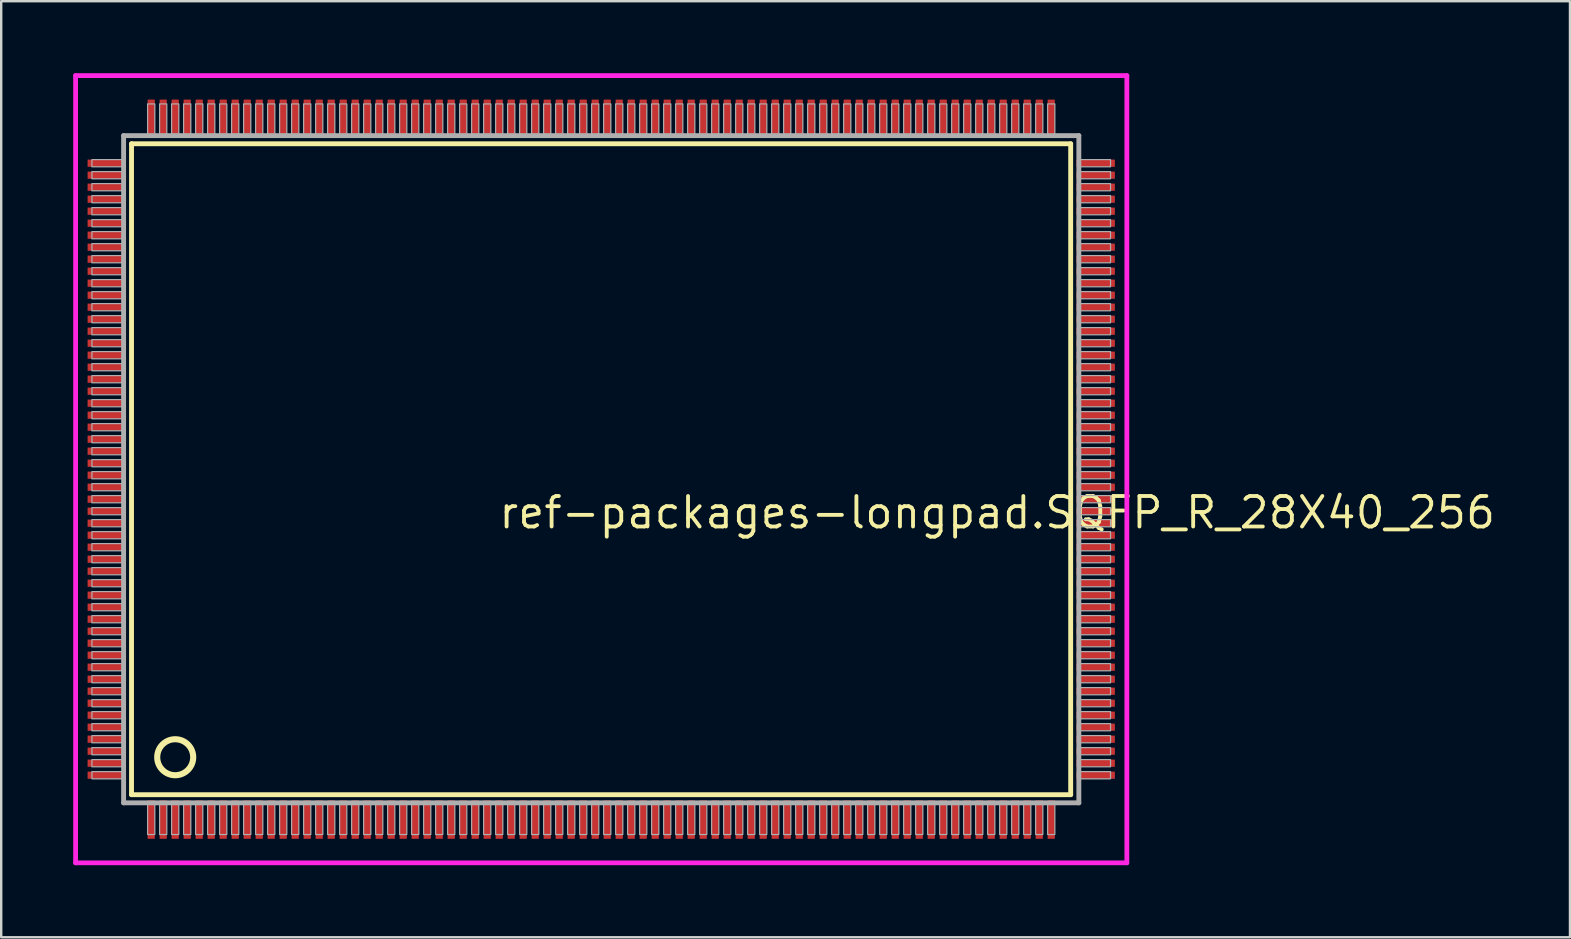
<source format=kicad_pcb>
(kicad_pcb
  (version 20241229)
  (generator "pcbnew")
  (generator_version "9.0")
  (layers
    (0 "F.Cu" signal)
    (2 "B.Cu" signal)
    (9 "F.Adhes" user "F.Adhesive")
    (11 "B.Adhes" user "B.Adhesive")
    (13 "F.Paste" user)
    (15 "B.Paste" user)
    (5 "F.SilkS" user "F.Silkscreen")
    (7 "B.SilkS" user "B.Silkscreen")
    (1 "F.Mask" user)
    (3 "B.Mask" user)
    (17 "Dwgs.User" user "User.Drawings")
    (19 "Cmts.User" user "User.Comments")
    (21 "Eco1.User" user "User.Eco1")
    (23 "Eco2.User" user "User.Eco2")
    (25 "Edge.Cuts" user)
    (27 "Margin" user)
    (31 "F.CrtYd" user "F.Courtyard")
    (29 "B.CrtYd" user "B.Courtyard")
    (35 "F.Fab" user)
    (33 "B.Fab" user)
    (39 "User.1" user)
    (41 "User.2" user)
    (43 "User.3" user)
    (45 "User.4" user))
  (footprint "ref-packages-longpad.SQFP_R_28X40_256"
    (layer "F.Cu")
    (at 22 16.5)
    (property "Reference" "ref-packages-longpad.SQFP_R_28X40_256" (at -4.35 2.55 0) (layer "F.SilkS") (effects (font (size 1.27 1.27) (thickness 0.16)) (justify left bottom)))
    (attr smd)
    (fp_line (start -19.57 -13.56) (end 19.56 -13.56) (stroke (width 0.203) (type default)) (layer "F.SilkS"))
    (fp_line (start -19.57 13.56) (end -19.57 -13.56) (stroke (width 0.203) (type default)) (layer "F.SilkS"))
    (fp_line (start 19.56 -13.56) (end 19.56 13.56) (stroke (width 0.203) (type default)) (layer "F.SilkS"))
    (fp_line (start 19.56 13.56) (end -19.57 13.56) (stroke (width 0.203) (type default)) (layer "F.SilkS"))
    (fp_circle (center -17.75 12) (end -17 12) (stroke (width 0.254) (type default)) (fill no) (layer "F.SilkS"))
    (fp_line (start -21.9 -16.4) (end 21.9 -16.4) (stroke (width 0.2) (type default)) (layer "F.CrtYd"))
    (fp_line (start -21.9 16.4) (end -21.9 -16.4) (stroke (width 0.2) (type default)) (layer "F.CrtYd"))
    (fp_line (start 21.9 -16.4) (end 21.9 16.4) (stroke (width 0.2) (type default)) (layer "F.CrtYd"))
    (fp_line (start 21.9 16.4) (end -21.9 16.4) (stroke (width 0.2) (type default)) (layer "F.CrtYd"))
    (fp_line (start -19.9 -13.9) (end -19.9 13.9) (stroke (width 0.203) (type default)) (layer "F.Fab"))
    (fp_line (start -19.9 13.9) (end 19.9 13.9) (stroke (width 0.203) (type default)) (layer "F.Fab"))
    (fp_line (start 19.9 -13.9) (end -19.9 -13.9) (stroke (width 0.203) (type default)) (layer "F.Fab"))
    (fp_line (start 19.9 13.9) (end 19.9 -13.9) (stroke (width 0.203) (type default)) (layer "F.Fab"))
    (fp_rect (start -21.22 -12.6) (end -19.95 -12.9) (stroke (width 0.05) (type default)) (fill no) (layer "F.Fab"))
    (fp_rect (start -21.22 -12.1) (end -19.95 -12.4) (stroke (width 0.05) (type default)) (fill no) (layer "F.Fab"))
    (fp_rect (start -21.22 -11.6) (end -19.95 -11.9) (stroke (width 0.05) (type default)) (fill no) (layer "F.Fab"))
    (fp_rect (start -21.22 -11.1) (end -19.95 -11.4) (stroke (width 0.05) (type default)) (fill no) (layer "F.Fab"))
    (fp_rect (start -21.22 -10.6) (end -19.95 -10.9) (stroke (width 0.05) (type default)) (fill no) (layer "F.Fab"))
    (fp_rect (start -21.22 -10.1) (end -19.95 -10.4) (stroke (width 0.05) (type default)) (fill no) (layer "F.Fab"))
    (fp_rect (start -21.22 -9.6) (end -19.95 -9.9) (stroke (width 0.05) (type default)) (fill no) (layer "F.Fab"))
    (fp_rect (start -21.22 -9.1) (end -19.95 -9.4) (stroke (width 0.05) (type default)) (fill no) (layer "F.Fab"))
    (fp_rect (start -21.22 -8.6) (end -19.95 -8.9) (stroke (width 0.05) (type default)) (fill no) (layer "F.Fab"))
    (fp_rect (start -21.22 -8.1) (end -19.95 -8.4) (stroke (width 0.05) (type default)) (fill no) (layer "F.Fab"))
    (fp_rect (start -21.22 -7.6) (end -19.95 -7.9) (stroke (width 0.05) (type default)) (fill no) (layer "F.Fab"))
    (fp_rect (start -21.22 -7.1) (end -19.95 -7.4) (stroke (width 0.05) (type default)) (fill no) (layer "F.Fab"))
    (fp_rect (start -21.22 -6.6) (end -19.95 -6.9) (stroke (width 0.05) (type default)) (fill no) (layer "F.Fab"))
    (fp_rect (start -21.22 -6.1) (end -19.95 -6.4) (stroke (width 0.05) (type default)) (fill no) (layer "F.Fab"))
    (fp_rect (start -21.22 -5.6) (end -19.95 -5.9) (stroke (width 0.05) (type default)) (fill no) (layer "F.Fab"))
    (fp_rect (start -21.22 -5.1) (end -19.95 -5.4) (stroke (width 0.05) (type default)) (fill no) (layer "F.Fab"))
    (fp_rect (start -21.22 -4.6) (end -19.95 -4.9) (stroke (width 0.05) (type default)) (fill no) (layer "F.Fab"))
    (fp_rect (start -21.22 -4.1) (end -19.95 -4.4) (stroke (width 0.05) (type default)) (fill no) (layer "F.Fab"))
    (fp_rect (start -21.22 -3.6) (end -19.95 -3.9) (stroke (width 0.05) (type default)) (fill no) (layer "F.Fab"))
    (fp_rect (start -21.22 -3.1) (end -19.95 -3.4) (stroke (width 0.05) (type default)) (fill no) (layer "F.Fab"))
    (fp_rect (start -21.22 -2.6) (end -19.95 -2.9) (stroke (width 0.05) (type default)) (fill no) (layer "F.Fab"))
    (fp_rect (start -21.22 -2.1) (end -19.95 -2.4) (stroke (width 0.05) (type default)) (fill no) (layer "F.Fab"))
    (fp_rect (start -21.22 -1.6) (end -19.95 -1.9) (stroke (width 0.05) (type default)) (fill no) (layer "F.Fab"))
    (fp_rect (start -21.22 -1.1) (end -19.95 -1.4) (stroke (width 0.05) (type default)) (fill no) (layer "F.Fab"))
    (fp_rect (start -21.22 -0.6) (end -19.95 -0.9) (stroke (width 0.05) (type default)) (fill no) (layer "F.Fab"))
    (fp_rect (start -21.22 -0.1) (end -19.95 -0.4) (stroke (width 0.05) (type default)) (fill no) (layer "F.Fab"))
    (fp_rect (start -21.22 0.4) (end -19.95 0.1) (stroke (width 0.05) (type default)) (fill no) (layer "F.Fab"))
    (fp_rect (start -21.22 0.9) (end -19.95 0.6) (stroke (width 0.05) (type default)) (fill no) (layer "F.Fab"))
    (fp_rect (start -21.22 1.4) (end -19.95 1.1) (stroke (width 0.05) (type default)) (fill no) (layer "F.Fab"))
    (fp_rect (start -21.22 1.9) (end -19.95 1.6) (stroke (width 0.05) (type default)) (fill no) (layer "F.Fab"))
    (fp_rect (start -21.22 2.4) (end -19.95 2.1) (stroke (width 0.05) (type default)) (fill no) (layer "F.Fab"))
    (fp_rect (start -21.22 2.9) (end -19.95 2.6) (stroke (width 0.05) (type default)) (fill no) (layer "F.Fab"))
    (fp_rect (start -21.22 3.4) (end -19.95 3.1) (stroke (width 0.05) (type default)) (fill no) (layer "F.Fab"))
    (fp_rect (start -21.22 3.9) (end -19.95 3.6) (stroke (width 0.05) (type default)) (fill no) (layer "F.Fab"))
    (fp_rect (start -21.22 4.4) (end -19.95 4.1) (stroke (width 0.05) (type default)) (fill no) (layer "F.Fab"))
    (fp_rect (start -21.22 4.9) (end -19.95 4.6) (stroke (width 0.05) (type default)) (fill no) (layer "F.Fab"))
    (fp_rect (start -21.22 5.4) (end -19.95 5.1) (stroke (width 0.05) (type default)) (fill no) (layer "F.Fab"))
    (fp_rect (start -21.22 5.9) (end -19.95 5.6) (stroke (width 0.05) (type default)) (fill no) (layer "F.Fab"))
    (fp_rect (start -21.22 6.4) (end -19.95 6.1) (stroke (width 0.05) (type default)) (fill no) (layer "F.Fab"))
    (fp_rect (start -21.22 6.9) (end -19.95 6.6) (stroke (width 0.05) (type default)) (fill no) (layer "F.Fab"))
    (fp_rect (start -21.22 7.4) (end -19.95 7.1) (stroke (width 0.05) (type default)) (fill no) (layer "F.Fab"))
    (fp_rect (start -21.22 7.9) (end -19.95 7.6) (stroke (width 0.05) (type default)) (fill no) (layer "F.Fab"))
    (fp_rect (start -21.22 8.4) (end -19.95 8.1) (stroke (width 0.05) (type default)) (fill no) (layer "F.Fab"))
    (fp_rect (start -21.22 8.9) (end -19.95 8.6) (stroke (width 0.05) (type default)) (fill no) (layer "F.Fab"))
    (fp_rect (start -21.22 9.4) (end -19.95 9.1) (stroke (width 0.05) (type default)) (fill no) (layer "F.Fab"))
    (fp_rect (start -21.22 9.9) (end -19.95 9.6) (stroke (width 0.05) (type default)) (fill no) (layer "F.Fab"))
    (fp_rect (start -21.22 10.4) (end -19.95 10.1) (stroke (width 0.05) (type default)) (fill no) (layer "F.Fab"))
    (fp_rect (start -21.22 10.9) (end -19.95 10.6) (stroke (width 0.05) (type default)) (fill no) (layer "F.Fab"))
    (fp_rect (start -21.22 11.4) (end -19.95 11.1) (stroke (width 0.05) (type default)) (fill no) (layer "F.Fab"))
    (fp_rect (start -21.22 11.9) (end -19.95 11.6) (stroke (width 0.05) (type default)) (fill no) (layer "F.Fab"))
    (fp_rect (start -21.22 12.4) (end -19.95 12.1) (stroke (width 0.05) (type default)) (fill no) (layer "F.Fab"))
    (fp_rect (start -21.22 12.9) (end -19.95 12.6) (stroke (width 0.05) (type default)) (fill no) (layer "F.Fab"))
    (fp_rect (start -18.9 -13.95) (end -18.6 -15.22) (stroke (width 0.05) (type default)) (fill no) (layer "F.Fab"))
    (fp_rect (start -18.9 15.22) (end -18.6 13.95) (stroke (width 0.05) (type default)) (fill no) (layer "F.Fab"))
    (fp_rect (start -18.4 -13.95) (end -18.1 -15.22) (stroke (width 0.05) (type default)) (fill no) (layer "F.Fab"))
    (fp_rect (start -18.4 15.22) (end -18.1 13.95) (stroke (width 0.05) (type default)) (fill no) (layer "F.Fab"))
    (fp_rect (start -17.9 -13.95) (end -17.6 -15.22) (stroke (width 0.05) (type default)) (fill no) (layer "F.Fab"))
    (fp_rect (start -17.9 15.22) (end -17.6 13.95) (stroke (width 0.05) (type default)) (fill no) (layer "F.Fab"))
    (fp_rect (start -17.4 -13.95) (end -17.1 -15.22) (stroke (width 0.05) (type default)) (fill no) (layer "F.Fab"))
    (fp_rect (start -17.4 15.22) (end -17.1 13.95) (stroke (width 0.05) (type default)) (fill no) (layer "F.Fab"))
    (fp_rect (start -16.9 -13.95) (end -16.6 -15.22) (stroke (width 0.05) (type default)) (fill no) (layer "F.Fab"))
    (fp_rect (start -16.9 15.22) (end -16.6 13.95) (stroke (width 0.05) (type default)) (fill no) (layer "F.Fab"))
    (fp_rect (start -16.4 -13.95) (end -16.1 -15.22) (stroke (width 0.05) (type default)) (fill no) (layer "F.Fab"))
    (fp_rect (start -16.4 15.22) (end -16.1 13.95) (stroke (width 0.05) (type default)) (fill no) (layer "F.Fab"))
    (fp_rect (start -15.9 -13.95) (end -15.6 -15.22) (stroke (width 0.05) (type default)) (fill no) (layer "F.Fab"))
    (fp_rect (start -15.9 15.22) (end -15.6 13.95) (stroke (width 0.05) (type default)) (fill no) (layer "F.Fab"))
    (fp_rect (start -15.4 -13.95) (end -15.1 -15.22) (stroke (width 0.05) (type default)) (fill no) (layer "F.Fab"))
    (fp_rect (start -15.4 15.22) (end -15.1 13.95) (stroke (width 0.05) (type default)) (fill no) (layer "F.Fab"))
    (fp_rect (start -14.9 -13.95) (end -14.6 -15.22) (stroke (width 0.05) (type default)) (fill no) (layer "F.Fab"))
    (fp_rect (start -14.9 15.22) (end -14.6 13.95) (stroke (width 0.05) (type default)) (fill no) (layer "F.Fab"))
    (fp_rect (start -14.4 -13.95) (end -14.1 -15.22) (stroke (width 0.05) (type default)) (fill no) (layer "F.Fab"))
    (fp_rect (start -14.4 15.22) (end -14.1 13.95) (stroke (width 0.05) (type default)) (fill no) (layer "F.Fab"))
    (fp_rect (start -13.9 -13.95) (end -13.6 -15.22) (stroke (width 0.05) (type default)) (fill no) (layer "F.Fab"))
    (fp_rect (start -13.9 15.22) (end -13.6 13.95) (stroke (width 0.05) (type default)) (fill no) (layer "F.Fab"))
    (fp_rect (start -13.4 -13.95) (end -13.1 -15.22) (stroke (width 0.05) (type default)) (fill no) (layer "F.Fab"))
    (fp_rect (start -13.4 15.22) (end -13.1 13.95) (stroke (width 0.05) (type default)) (fill no) (layer "F.Fab"))
    (fp_rect (start -12.9 -13.95) (end -12.6 -15.22) (stroke (width 0.05) (type default)) (fill no) (layer "F.Fab"))
    (fp_rect (start -12.9 15.22) (end -12.6 13.95) (stroke (width 0.05) (type default)) (fill no) (layer "F.Fab"))
    (fp_rect (start -12.4 -13.95) (end -12.1 -15.22) (stroke (width 0.05) (type default)) (fill no) (layer "F.Fab"))
    (fp_rect (start -12.4 15.22) (end -12.1 13.95) (stroke (width 0.05) (type default)) (fill no) (layer "F.Fab"))
    (fp_rect (start -11.9 -13.95) (end -11.6 -15.22) (stroke (width 0.05) (type default)) (fill no) (layer "F.Fab"))
    (fp_rect (start -11.9 15.22) (end -11.6 13.95) (stroke (width 0.05) (type default)) (fill no) (layer "F.Fab"))
    (fp_rect (start -11.4 -13.95) (end -11.1 -15.22) (stroke (width 0.05) (type default)) (fill no) (layer "F.Fab"))
    (fp_rect (start -11.4 15.22) (end -11.1 13.95) (stroke (width 0.05) (type default)) (fill no) (layer "F.Fab"))
    (fp_rect (start -10.9 -13.95) (end -10.6 -15.22) (stroke (width 0.05) (type default)) (fill no) (layer "F.Fab"))
    (fp_rect (start -10.9 15.22) (end -10.6 13.95) (stroke (width 0.05) (type default)) (fill no) (layer "F.Fab"))
    (fp_rect (start -10.4 -13.95) (end -10.1 -15.22) (stroke (width 0.05) (type default)) (fill no) (layer "F.Fab"))
    (fp_rect (start -10.4 15.22) (end -10.1 13.95) (stroke (width 0.05) (type default)) (fill no) (layer "F.Fab"))
    (fp_rect (start -9.9 -13.95) (end -9.6 -15.22) (stroke (width 0.05) (type default)) (fill no) (layer "F.Fab"))
    (fp_rect (start -9.9 15.22) (end -9.6 13.95) (stroke (width 0.05) (type default)) (fill no) (layer "F.Fab"))
    (fp_rect (start -9.4 -13.95) (end -9.1 -15.22) (stroke (width 0.05) (type default)) (fill no) (layer "F.Fab"))
    (fp_rect (start -9.4 15.22) (end -9.1 13.95) (stroke (width 0.05) (type default)) (fill no) (layer "F.Fab"))
    (fp_rect (start -8.9 -13.95) (end -8.6 -15.22) (stroke (width 0.05) (type default)) (fill no) (layer "F.Fab"))
    (fp_rect (start -8.9 15.22) (end -8.6 13.95) (stroke (width 0.05) (type default)) (fill no) (layer "F.Fab"))
    (fp_rect (start -8.4 -13.95) (end -8.1 -15.22) (stroke (width 0.05) (type default)) (fill no) (layer "F.Fab"))
    (fp_rect (start -8.4 15.22) (end -8.1 13.95) (stroke (width 0.05) (type default)) (fill no) (layer "F.Fab"))
    (fp_rect (start -7.9 -13.95) (end -7.6 -15.22) (stroke (width 0.05) (type default)) (fill no) (layer "F.Fab"))
    (fp_rect (start -7.9 15.22) (end -7.6 13.95) (stroke (width 0.05) (type default)) (fill no) (layer "F.Fab"))
    (fp_rect (start -7.4 -13.95) (end -7.1 -15.22) (stroke (width 0.05) (type default)) (fill no) (layer "F.Fab"))
    (fp_rect (start -7.4 15.22) (end -7.1 13.95) (stroke (width 0.05) (type default)) (fill no) (layer "F.Fab"))
    (fp_rect (start -6.9 -13.95) (end -6.6 -15.22) (stroke (width 0.05) (type default)) (fill no) (layer "F.Fab"))
    (fp_rect (start -6.9 15.22) (end -6.6 13.95) (stroke (width 0.05) (type default)) (fill no) (layer "F.Fab"))
    (fp_rect (start -6.4 -13.95) (end -6.1 -15.22) (stroke (width 0.05) (type default)) (fill no) (layer "F.Fab"))
    (fp_rect (start -6.4 15.22) (end -6.1 13.95) (stroke (width 0.05) (type default)) (fill no) (layer "F.Fab"))
    (fp_rect (start -5.9 -13.95) (end -5.6 -15.22) (stroke (width 0.05) (type default)) (fill no) (layer "F.Fab"))
    (fp_rect (start -5.9 15.22) (end -5.6 13.95) (stroke (width 0.05) (type default)) (fill no) (layer "F.Fab"))
    (fp_rect (start -5.4 -13.95) (end -5.1 -15.22) (stroke (width 0.05) (type default)) (fill no) (layer "F.Fab"))
    (fp_rect (start -5.4 15.22) (end -5.1 13.95) (stroke (width 0.05) (type default)) (fill no) (layer "F.Fab"))
    (fp_rect (start -4.9 -13.95) (end -4.6 -15.22) (stroke (width 0.05) (type default)) (fill no) (layer "F.Fab"))
    (fp_rect (start -4.9 15.22) (end -4.6 13.95) (stroke (width 0.05) (type default)) (fill no) (layer "F.Fab"))
    (fp_rect (start -4.4 -13.95) (end -4.1 -15.22) (stroke (width 0.05) (type default)) (fill no) (layer "F.Fab"))
    (fp_rect (start -4.4 15.22) (end -4.1 13.95) (stroke (width 0.05) (type default)) (fill no) (layer "F.Fab"))
    (fp_rect (start -3.9 -13.95) (end -3.6 -15.22) (stroke (width 0.05) (type default)) (fill no) (layer "F.Fab"))
    (fp_rect (start -3.9 15.22) (end -3.6 13.95) (stroke (width 0.05) (type default)) (fill no) (layer "F.Fab"))
    (fp_rect (start -3.4 -13.95) (end -3.1 -15.22) (stroke (width 0.05) (type default)) (fill no) (layer "F.Fab"))
    (fp_rect (start -3.4 15.22) (end -3.1 13.95) (stroke (width 0.05) (type default)) (fill no) (layer "F.Fab"))
    (fp_rect (start -2.9 -13.95) (end -2.6 -15.22) (stroke (width 0.05) (type default)) (fill no) (layer "F.Fab"))
    (fp_rect (start -2.9 15.22) (end -2.6 13.95) (stroke (width 0.05) (type default)) (fill no) (layer "F.Fab"))
    (fp_rect (start -2.4 -13.95) (end -2.1 -15.22) (stroke (width 0.05) (type default)) (fill no) (layer "F.Fab"))
    (fp_rect (start -2.4 15.22) (end -2.1 13.95) (stroke (width 0.05) (type default)) (fill no) (layer "F.Fab"))
    (fp_rect (start -1.9 -13.95) (end -1.6 -15.22) (stroke (width 0.05) (type default)) (fill no) (layer "F.Fab"))
    (fp_rect (start -1.9 15.22) (end -1.6 13.95) (stroke (width 0.05) (type default)) (fill no) (layer "F.Fab"))
    (fp_rect (start -1.4 -13.95) (end -1.1 -15.22) (stroke (width 0.05) (type default)) (fill no) (layer "F.Fab"))
    (fp_rect (start -1.4 15.22) (end -1.1 13.95) (stroke (width 0.05) (type default)) (fill no) (layer "F.Fab"))
    (fp_rect (start -0.9 -13.95) (end -0.6 -15.22) (stroke (width 0.05) (type default)) (fill no) (layer "F.Fab"))
    (fp_rect (start -0.9 15.22) (end -0.6 13.95) (stroke (width 0.05) (type default)) (fill no) (layer "F.Fab"))
    (fp_rect (start -0.4 -13.95) (end -0.1 -15.22) (stroke (width 0.05) (type default)) (fill no) (layer "F.Fab"))
    (fp_rect (start -0.4 15.22) (end -0.1 13.95) (stroke (width 0.05) (type default)) (fill no) (layer "F.Fab"))
    (fp_rect (start 0.1 -13.95) (end 0.4 -15.22) (stroke (width 0.05) (type default)) (fill no) (layer "F.Fab"))
    (fp_rect (start 0.1 15.22) (end 0.4 13.95) (stroke (width 0.05) (type default)) (fill no) (layer "F.Fab"))
    (fp_rect (start 0.6 -13.95) (end 0.9 -15.22) (stroke (width 0.05) (type default)) (fill no) (layer "F.Fab"))
    (fp_rect (start 0.6 15.22) (end 0.9 13.95) (stroke (width 0.05) (type default)) (fill no) (layer "F.Fab"))
    (fp_rect (start 1.1 -13.95) (end 1.4 -15.22) (stroke (width 0.05) (type default)) (fill no) (layer "F.Fab"))
    (fp_rect (start 1.1 15.22) (end 1.4 13.95) (stroke (width 0.05) (type default)) (fill no) (layer "F.Fab"))
    (fp_rect (start 1.6 -13.95) (end 1.9 -15.22) (stroke (width 0.05) (type default)) (fill no) (layer "F.Fab"))
    (fp_rect (start 1.6 15.22) (end 1.9 13.95) (stroke (width 0.05) (type default)) (fill no) (layer "F.Fab"))
    (fp_rect (start 2.1 -13.95) (end 2.4 -15.22) (stroke (width 0.05) (type default)) (fill no) (layer "F.Fab"))
    (fp_rect (start 2.1 15.22) (end 2.4 13.95) (stroke (width 0.05) (type default)) (fill no) (layer "F.Fab"))
    (fp_rect (start 2.6 -13.95) (end 2.9 -15.22) (stroke (width 0.05) (type default)) (fill no) (layer "F.Fab"))
    (fp_rect (start 2.6 15.22) (end 2.9 13.95) (stroke (width 0.05) (type default)) (fill no) (layer "F.Fab"))
    (fp_rect (start 3.1 -13.95) (end 3.4 -15.22) (stroke (width 0.05) (type default)) (fill no) (layer "F.Fab"))
    (fp_rect (start 3.1 15.22) (end 3.4 13.95) (stroke (width 0.05) (type default)) (fill no) (layer "F.Fab"))
    (fp_rect (start 3.6 -13.95) (end 3.9 -15.22) (stroke (width 0.05) (type default)) (fill no) (layer "F.Fab"))
    (fp_rect (start 3.6 15.22) (end 3.9 13.95) (stroke (width 0.05) (type default)) (fill no) (layer "F.Fab"))
    (fp_rect (start 4.1 -13.95) (end 4.4 -15.22) (stroke (width 0.05) (type default)) (fill no) (layer "F.Fab"))
    (fp_rect (start 4.1 15.22) (end 4.4 13.95) (stroke (width 0.05) (type default)) (fill no) (layer "F.Fab"))
    (fp_rect (start 4.6 -13.95) (end 4.9 -15.22) (stroke (width 0.05) (type default)) (fill no) (layer "F.Fab"))
    (fp_rect (start 4.6 15.22) (end 4.9 13.95) (stroke (width 0.05) (type default)) (fill no) (layer "F.Fab"))
    (fp_rect (start 5.1 -13.95) (end 5.4 -15.22) (stroke (width 0.05) (type default)) (fill no) (layer "F.Fab"))
    (fp_rect (start 5.1 15.22) (end 5.4 13.95) (stroke (width 0.05) (type default)) (fill no) (layer "F.Fab"))
    (fp_rect (start 5.6 -13.95) (end 5.9 -15.22) (stroke (width 0.05) (type default)) (fill no) (layer "F.Fab"))
    (fp_rect (start 5.6 15.22) (end 5.9 13.95) (stroke (width 0.05) (type default)) (fill no) (layer "F.Fab"))
    (fp_rect (start 6.1 -13.95) (end 6.4 -15.22) (stroke (width 0.05) (type default)) (fill no) (layer "F.Fab"))
    (fp_rect (start 6.1 15.22) (end 6.4 13.95) (stroke (width 0.05) (type default)) (fill no) (layer "F.Fab"))
    (fp_rect (start 6.6 -13.95) (end 6.9 -15.22) (stroke (width 0.05) (type default)) (fill no) (layer "F.Fab"))
    (fp_rect (start 6.6 15.22) (end 6.9 13.95) (stroke (width 0.05) (type default)) (fill no) (layer "F.Fab"))
    (fp_rect (start 7.1 -13.95) (end 7.4 -15.22) (stroke (width 0.05) (type default)) (fill no) (layer "F.Fab"))
    (fp_rect (start 7.1 15.22) (end 7.4 13.95) (stroke (width 0.05) (type default)) (fill no) (layer "F.Fab"))
    (fp_rect (start 7.6 -13.95) (end 7.9 -15.22) (stroke (width 0.05) (type default)) (fill no) (layer "F.Fab"))
    (fp_rect (start 7.6 15.22) (end 7.9 13.95) (stroke (width 0.05) (type default)) (fill no) (layer "F.Fab"))
    (fp_rect (start 8.1 -13.95) (end 8.4 -15.22) (stroke (width 0.05) (type default)) (fill no) (layer "F.Fab"))
    (fp_rect (start 8.1 15.22) (end 8.4 13.95) (stroke (width 0.05) (type default)) (fill no) (layer "F.Fab"))
    (fp_rect (start 8.6 -13.95) (end 8.9 -15.22) (stroke (width 0.05) (type default)) (fill no) (layer "F.Fab"))
    (fp_rect (start 8.6 15.22) (end 8.9 13.95) (stroke (width 0.05) (type default)) (fill no) (layer "F.Fab"))
    (fp_rect (start 9.1 -13.95) (end 9.4 -15.22) (stroke (width 0.05) (type default)) (fill no) (layer "F.Fab"))
    (fp_rect (start 9.1 15.22) (end 9.4 13.95) (stroke (width 0.05) (type default)) (fill no) (layer "F.Fab"))
    (fp_rect (start 9.6 -13.95) (end 9.9 -15.22) (stroke (width 0.05) (type default)) (fill no) (layer "F.Fab"))
    (fp_rect (start 9.6 15.22) (end 9.9 13.95) (stroke (width 0.05) (type default)) (fill no) (layer "F.Fab"))
    (fp_rect (start 10.1 -13.95) (end 10.4 -15.22) (stroke (width 0.05) (type default)) (fill no) (layer "F.Fab"))
    (fp_rect (start 10.1 15.22) (end 10.4 13.95) (stroke (width 0.05) (type default)) (fill no) (layer "F.Fab"))
    (fp_rect (start 10.6 -13.95) (end 10.9 -15.22) (stroke (width 0.05) (type default)) (fill no) (layer "F.Fab"))
    (fp_rect (start 10.6 15.22) (end 10.9 13.95) (stroke (width 0.05) (type default)) (fill no) (layer "F.Fab"))
    (fp_rect (start 11.1 -13.95) (end 11.4 -15.22) (stroke (width 0.05) (type default)) (fill no) (layer "F.Fab"))
    (fp_rect (start 11.1 15.22) (end 11.4 13.95) (stroke (width 0.05) (type default)) (fill no) (layer "F.Fab"))
    (fp_rect (start 11.6 -13.95) (end 11.9 -15.22) (stroke (width 0.05) (type default)) (fill no) (layer "F.Fab"))
    (fp_rect (start 11.6 15.22) (end 11.9 13.95) (stroke (width 0.05) (type default)) (fill no) (layer "F.Fab"))
    (fp_rect (start 12.1 -13.95) (end 12.4 -15.22) (stroke (width 0.05) (type default)) (fill no) (layer "F.Fab"))
    (fp_rect (start 12.1 15.22) (end 12.4 13.95) (stroke (width 0.05) (type default)) (fill no) (layer "F.Fab"))
    (fp_rect (start 12.6 -13.95) (end 12.9 -15.22) (stroke (width 0.05) (type default)) (fill no) (layer "F.Fab"))
    (fp_rect (start 12.6 15.22) (end 12.9 13.95) (stroke (width 0.05) (type default)) (fill no) (layer "F.Fab"))
    (fp_rect (start 13.1 -13.95) (end 13.4 -15.22) (stroke (width 0.05) (type default)) (fill no) (layer "F.Fab"))
    (fp_rect (start 13.1 15.22) (end 13.4 13.95) (stroke (width 0.05) (type default)) (fill no) (layer "F.Fab"))
    (fp_rect (start 13.6 -13.95) (end 13.9 -15.22) (stroke (width 0.05) (type default)) (fill no) (layer "F.Fab"))
    (fp_rect (start 13.6 15.22) (end 13.9 13.95) (stroke (width 0.05) (type default)) (fill no) (layer "F.Fab"))
    (fp_rect (start 14.1 -13.95) (end 14.4 -15.22) (stroke (width 0.05) (type default)) (fill no) (layer "F.Fab"))
    (fp_rect (start 14.1 15.22) (end 14.4 13.95) (stroke (width 0.05) (type default)) (fill no) (layer "F.Fab"))
    (fp_rect (start 14.6 -13.95) (end 14.9 -15.22) (stroke (width 0.05) (type default)) (fill no) (layer "F.Fab"))
    (fp_rect (start 14.6 15.22) (end 14.9 13.95) (stroke (width 0.05) (type default)) (fill no) (layer "F.Fab"))
    (fp_rect (start 15.1 -13.95) (end 15.4 -15.22) (stroke (width 0.05) (type default)) (fill no) (layer "F.Fab"))
    (fp_rect (start 15.1 15.22) (end 15.4 13.95) (stroke (width 0.05) (type default)) (fill no) (layer "F.Fab"))
    (fp_rect (start 15.6 -13.95) (end 15.9 -15.22) (stroke (width 0.05) (type default)) (fill no) (layer "F.Fab"))
    (fp_rect (start 15.6 15.22) (end 15.9 13.95) (stroke (width 0.05) (type default)) (fill no) (layer "F.Fab"))
    (fp_rect (start 16.1 -13.95) (end 16.4 -15.22) (stroke (width 0.05) (type default)) (fill no) (layer "F.Fab"))
    (fp_rect (start 16.1 15.22) (end 16.4 13.95) (stroke (width 0.05) (type default)) (fill no) (layer "F.Fab"))
    (fp_rect (start 16.6 -13.95) (end 16.9 -15.22) (stroke (width 0.05) (type default)) (fill no) (layer "F.Fab"))
    (fp_rect (start 16.6 15.22) (end 16.9 13.95) (stroke (width 0.05) (type default)) (fill no) (layer "F.Fab"))
    (fp_rect (start 17.1 -13.95) (end 17.4 -15.22) (stroke (width 0.05) (type default)) (fill no) (layer "F.Fab"))
    (fp_rect (start 17.1 15.22) (end 17.4 13.95) (stroke (width 0.05) (type default)) (fill no) (layer "F.Fab"))
    (fp_rect (start 17.6 -13.95) (end 17.9 -15.22) (stroke (width 0.05) (type default)) (fill no) (layer "F.Fab"))
    (fp_rect (start 17.6 15.22) (end 17.9 13.95) (stroke (width 0.05) (type default)) (fill no) (layer "F.Fab"))
    (fp_rect (start 18.1 -13.95) (end 18.4 -15.22) (stroke (width 0.05) (type default)) (fill no) (layer "F.Fab"))
    (fp_rect (start 18.1 15.22) (end 18.4 13.95) (stroke (width 0.05) (type default)) (fill no) (layer "F.Fab"))
    (fp_rect (start 18.6 -13.95) (end 18.9 -15.22) (stroke (width 0.05) (type default)) (fill no) (layer "F.Fab"))
    (fp_rect (start 18.6 15.22) (end 18.9 13.95) (stroke (width 0.05) (type default)) (fill no) (layer "F.Fab"))
    (fp_rect (start 19.95 -12.6) (end 21.22 -12.9) (stroke (width 0.05) (type default)) (fill no) (layer "F.Fab"))
    (fp_rect (start 19.95 -12.1) (end 21.22 -12.4) (stroke (width 0.05) (type default)) (fill no) (layer "F.Fab"))
    (fp_rect (start 19.95 -11.6) (end 21.22 -11.9) (stroke (width 0.05) (type default)) (fill no) (layer "F.Fab"))
    (fp_rect (start 19.95 -11.1) (end 21.22 -11.4) (stroke (width 0.05) (type default)) (fill no) (layer "F.Fab"))
    (fp_rect (start 19.95 -10.6) (end 21.22 -10.9) (stroke (width 0.05) (type default)) (fill no) (layer "F.Fab"))
    (fp_rect (start 19.95 -10.1) (end 21.22 -10.4) (stroke (width 0.05) (type default)) (fill no) (layer "F.Fab"))
    (fp_rect (start 19.95 -9.6) (end 21.22 -9.9) (stroke (width 0.05) (type default)) (fill no) (layer "F.Fab"))
    (fp_rect (start 19.95 -9.1) (end 21.22 -9.4) (stroke (width 0.05) (type default)) (fill no) (layer "F.Fab"))
    (fp_rect (start 19.95 -8.6) (end 21.22 -8.9) (stroke (width 0.05) (type default)) (fill no) (layer "F.Fab"))
    (fp_rect (start 19.95 -8.1) (end 21.22 -8.4) (stroke (width 0.05) (type default)) (fill no) (layer "F.Fab"))
    (fp_rect (start 19.95 -7.6) (end 21.22 -7.9) (stroke (width 0.05) (type default)) (fill no) (layer "F.Fab"))
    (fp_rect (start 19.95 -7.1) (end 21.22 -7.4) (stroke (width 0.05) (type default)) (fill no) (layer "F.Fab"))
    (fp_rect (start 19.95 -6.6) (end 21.22 -6.9) (stroke (width 0.05) (type default)) (fill no) (layer "F.Fab"))
    (fp_rect (start 19.95 -6.1) (end 21.22 -6.4) (stroke (width 0.05) (type default)) (fill no) (layer "F.Fab"))
    (fp_rect (start 19.95 -5.6) (end 21.22 -5.9) (stroke (width 0.05) (type default)) (fill no) (layer "F.Fab"))
    (fp_rect (start 19.95 -5.1) (end 21.22 -5.4) (stroke (width 0.05) (type default)) (fill no) (layer "F.Fab"))
    (fp_rect (start 19.95 -4.6) (end 21.22 -4.9) (stroke (width 0.05) (type default)) (fill no) (layer "F.Fab"))
    (fp_rect (start 19.95 -4.1) (end 21.22 -4.4) (stroke (width 0.05) (type default)) (fill no) (layer "F.Fab"))
    (fp_rect (start 19.95 -3.6) (end 21.22 -3.9) (stroke (width 0.05) (type default)) (fill no) (layer "F.Fab"))
    (fp_rect (start 19.95 -3.1) (end 21.22 -3.4) (stroke (width 0.05) (type default)) (fill no) (layer "F.Fab"))
    (fp_rect (start 19.95 -2.6) (end 21.22 -2.9) (stroke (width 0.05) (type default)) (fill no) (layer "F.Fab"))
    (fp_rect (start 19.95 -2.1) (end 21.22 -2.4) (stroke (width 0.05) (type default)) (fill no) (layer "F.Fab"))
    (fp_rect (start 19.95 -1.6) (end 21.22 -1.9) (stroke (width 0.05) (type default)) (fill no) (layer "F.Fab"))
    (fp_rect (start 19.95 -1.1) (end 21.22 -1.4) (stroke (width 0.05) (type default)) (fill no) (layer "F.Fab"))
    (fp_rect (start 19.95 -0.6) (end 21.22 -0.9) (stroke (width 0.05) (type default)) (fill no) (layer "F.Fab"))
    (fp_rect (start 19.95 -0.1) (end 21.22 -0.4) (stroke (width 0.05) (type default)) (fill no) (layer "F.Fab"))
    (fp_rect (start 19.95 0.4) (end 21.22 0.1) (stroke (width 0.05) (type default)) (fill no) (layer "F.Fab"))
    (fp_rect (start 19.95 0.9) (end 21.22 0.6) (stroke (width 0.05) (type default)) (fill no) (layer "F.Fab"))
    (fp_rect (start 19.95 1.4) (end 21.22 1.1) (stroke (width 0.05) (type default)) (fill no) (layer "F.Fab"))
    (fp_rect (start 19.95 1.9) (end 21.22 1.6) (stroke (width 0.05) (type default)) (fill no) (layer "F.Fab"))
    (fp_rect (start 19.95 2.4) (end 21.22 2.1) (stroke (width 0.05) (type default)) (fill no) (layer "F.Fab"))
    (fp_rect (start 19.95 2.9) (end 21.22 2.6) (stroke (width 0.05) (type default)) (fill no) (layer "F.Fab"))
    (fp_rect (start 19.95 3.4) (end 21.22 3.1) (stroke (width 0.05) (type default)) (fill no) (layer "F.Fab"))
    (fp_rect (start 19.95 3.9) (end 21.22 3.6) (stroke (width 0.05) (type default)) (fill no) (layer "F.Fab"))
    (fp_rect (start 19.95 4.4) (end 21.22 4.1) (stroke (width 0.05) (type default)) (fill no) (layer "F.Fab"))
    (fp_rect (start 19.95 4.9) (end 21.22 4.6) (stroke (width 0.05) (type default)) (fill no) (layer "F.Fab"))
    (fp_rect (start 19.95 5.4) (end 21.22 5.1) (stroke (width 0.05) (type default)) (fill no) (layer "F.Fab"))
    (fp_rect (start 19.95 5.9) (end 21.22 5.6) (stroke (width 0.05) (type default)) (fill no) (layer "F.Fab"))
    (fp_rect (start 19.95 6.4) (end 21.22 6.1) (stroke (width 0.05) (type default)) (fill no) (layer "F.Fab"))
    (fp_rect (start 19.95 6.9) (end 21.22 6.6) (stroke (width 0.05) (type default)) (fill no) (layer "F.Fab"))
    (fp_rect (start 19.95 7.4) (end 21.22 7.1) (stroke (width 0.05) (type default)) (fill no) (layer "F.Fab"))
    (fp_rect (start 19.95 7.9) (end 21.22 7.6) (stroke (width 0.05) (type default)) (fill no) (layer "F.Fab"))
    (fp_rect (start 19.95 8.4) (end 21.22 8.1) (stroke (width 0.05) (type default)) (fill no) (layer "F.Fab"))
    (fp_rect (start 19.95 8.9) (end 21.22 8.6) (stroke (width 0.05) (type default)) (fill no) (layer "F.Fab"))
    (fp_rect (start 19.95 9.4) (end 21.22 9.1) (stroke (width 0.05) (type default)) (fill no) (layer "F.Fab"))
    (fp_rect (start 19.95 9.9) (end 21.22 9.6) (stroke (width 0.05) (type default)) (fill no) (layer "F.Fab"))
    (fp_rect (start 19.95 10.4) (end 21.22 10.1) (stroke (width 0.05) (type default)) (fill no) (layer "F.Fab"))
    (fp_rect (start 19.95 10.9) (end 21.22 10.6) (stroke (width 0.05) (type default)) (fill no) (layer "F.Fab"))
    (fp_rect (start 19.95 11.4) (end 21.22 11.1) (stroke (width 0.05) (type default)) (fill no) (layer "F.Fab"))
    (fp_rect (start 19.95 11.9) (end 21.22 11.6) (stroke (width 0.05) (type default)) (fill no) (layer "F.Fab"))
    (fp_rect (start 19.95 12.4) (end 21.22 12.1) (stroke (width 0.05) (type default)) (fill no) (layer "F.Fab"))
    (fp_rect (start 19.95 12.9) (end 21.22 12.6) (stroke (width 0.05) (type default)) (fill no) (layer "F.Fab"))
    (pad "1" smd roundrect (at -18.75 14.6) (size 0.3 1.6) (layers "F.Cu" "F.Mask" "F.Paste") (roundrect_rratio 0.01))
    (pad "2" smd roundrect (at -18.25 14.6) (size 0.3 1.6) (layers "F.Cu" "F.Mask" "F.Paste") (roundrect_rratio 0.01))
    (pad "3" smd roundrect (at -17.75 14.6) (size 0.3 1.6) (layers "F.Cu" "F.Mask" "F.Paste") (roundrect_rratio 0.01))
    (pad "4" smd roundrect (at -17.25 14.6) (size 0.3 1.6) (layers "F.Cu" "F.Mask" "F.Paste") (roundrect_rratio 0.01))
    (pad "5" smd roundrect (at -16.75 14.6) (size 0.3 1.6) (layers "F.Cu" "F.Mask" "F.Paste") (roundrect_rratio 0.01))
    (pad "6" smd roundrect (at -16.25 14.6) (size 0.3 1.6) (layers "F.Cu" "F.Mask" "F.Paste") (roundrect_rratio 0.01))
    (pad "7" smd roundrect (at -15.75 14.6) (size 0.3 1.6) (layers "F.Cu" "F.Mask" "F.Paste") (roundrect_rratio 0.01))
    (pad "8" smd roundrect (at -15.25 14.6) (size 0.3 1.6) (layers "F.Cu" "F.Mask" "F.Paste") (roundrect_rratio 0.01))
    (pad "9" smd roundrect (at -14.75 14.6) (size 0.3 1.6) (layers "F.Cu" "F.Mask" "F.Paste") (roundrect_rratio 0.01))
    (pad "10" smd roundrect (at -14.25 14.6) (size 0.3 1.6) (layers "F.Cu" "F.Mask" "F.Paste") (roundrect_rratio 0.01))
    (pad "11" smd roundrect (at -13.75 14.6) (size 0.3 1.6) (layers "F.Cu" "F.Mask" "F.Paste") (roundrect_rratio 0.01))
    (pad "12" smd roundrect (at -13.25 14.6) (size 0.3 1.6) (layers "F.Cu" "F.Mask" "F.Paste") (roundrect_rratio 0.01))
    (pad "13" smd roundrect (at -12.75 14.6) (size 0.3 1.6) (layers "F.Cu" "F.Mask" "F.Paste") (roundrect_rratio 0.01))
    (pad "14" smd roundrect (at -12.25 14.6) (size 0.3 1.6) (layers "F.Cu" "F.Mask" "F.Paste") (roundrect_rratio 0.01))
    (pad "15" smd roundrect (at -11.75 14.6) (size 0.3 1.6) (layers "F.Cu" "F.Mask" "F.Paste") (roundrect_rratio 0.01))
    (pad "16" smd roundrect (at -11.25 14.6) (size 0.3 1.6) (layers "F.Cu" "F.Mask" "F.Paste") (roundrect_rratio 0.01))
    (pad "17" smd roundrect (at -10.75 14.6) (size 0.3 1.6) (layers "F.Cu" "F.Mask" "F.Paste") (roundrect_rratio 0.01))
    (pad "18" smd roundrect (at -10.25 14.6) (size 0.3 1.6) (layers "F.Cu" "F.Mask" "F.Paste") (roundrect_rratio 0.01))
    (pad "19" smd roundrect (at -9.75 14.6) (size 0.3 1.6) (layers "F.Cu" "F.Mask" "F.Paste") (roundrect_rratio 0.01))
    (pad "20" smd roundrect (at -9.25 14.6) (size 0.3 1.6) (layers "F.Cu" "F.Mask" "F.Paste") (roundrect_rratio 0.01))
    (pad "21" smd roundrect (at -8.75 14.6) (size 0.3 1.6) (layers "F.Cu" "F.Mask" "F.Paste") (roundrect_rratio 0.01))
    (pad "22" smd roundrect (at -8.25 14.6) (size 0.3 1.6) (layers "F.Cu" "F.Mask" "F.Paste") (roundrect_rratio 0.01))
    (pad "23" smd roundrect (at -7.75 14.6) (size 0.3 1.6) (layers "F.Cu" "F.Mask" "F.Paste") (roundrect_rratio 0.01))
    (pad "24" smd roundrect (at -7.25 14.6) (size 0.3 1.6) (layers "F.Cu" "F.Mask" "F.Paste") (roundrect_rratio 0.01))
    (pad "25" smd roundrect (at -6.75 14.6) (size 0.3 1.6) (layers "F.Cu" "F.Mask" "F.Paste") (roundrect_rratio 0.01))
    (pad "26" smd roundrect (at -6.25 14.6) (size 0.3 1.6) (layers "F.Cu" "F.Mask" "F.Paste") (roundrect_rratio 0.01))
    (pad "27" smd roundrect (at -5.75 14.6) (size 0.3 1.6) (layers "F.Cu" "F.Mask" "F.Paste") (roundrect_rratio 0.01))
    (pad "28" smd roundrect (at -5.25 14.6) (size 0.3 1.6) (layers "F.Cu" "F.Mask" "F.Paste") (roundrect_rratio 0.01))
    (pad "29" smd roundrect (at -4.75 14.6) (size 0.3 1.6) (layers "F.Cu" "F.Mask" "F.Paste") (roundrect_rratio 0.01))
    (pad "30" smd roundrect (at -4.25 14.6) (size 0.3 1.6) (layers "F.Cu" "F.Mask" "F.Paste") (roundrect_rratio 0.01))
    (pad "31" smd roundrect (at -3.75 14.6) (size 0.3 1.6) (layers "F.Cu" "F.Mask" "F.Paste") (roundrect_rratio 0.01))
    (pad "32" smd roundrect (at -3.25 14.6) (size 0.3 1.6) (layers "F.Cu" "F.Mask" "F.Paste") (roundrect_rratio 0.01))
    (pad "33" smd roundrect (at -2.75 14.6) (size 0.3 1.6) (layers "F.Cu" "F.Mask" "F.Paste") (roundrect_rratio 0.01))
    (pad "34" smd roundrect (at -2.25 14.6) (size 0.3 1.6) (layers "F.Cu" "F.Mask" "F.Paste") (roundrect_rratio 0.01))
    (pad "35" smd roundrect (at -1.75 14.6) (size 0.3 1.6) (layers "F.Cu" "F.Mask" "F.Paste") (roundrect_rratio 0.01))
    (pad "36" smd roundrect (at -1.25 14.6) (size 0.3 1.6) (layers "F.Cu" "F.Mask" "F.Paste") (roundrect_rratio 0.01))
    (pad "37" smd roundrect (at -0.75 14.6) (size 0.3 1.6) (layers "F.Cu" "F.Mask" "F.Paste") (roundrect_rratio 0.01))
    (pad "38" smd roundrect (at -0.25 14.6) (size 0.3 1.6) (layers "F.Cu" "F.Mask" "F.Paste") (roundrect_rratio 0.01))
    (pad "39" smd roundrect (at 0.25 14.6) (size 0.3 1.6) (layers "F.Cu" "F.Mask" "F.Paste") (roundrect_rratio 0.01))
    (pad "40" smd roundrect (at 0.75 14.6) (size 0.3 1.6) (layers "F.Cu" "F.Mask" "F.Paste") (roundrect_rratio 0.01))
    (pad "41" smd roundrect (at 1.25 14.6) (size 0.3 1.6) (layers "F.Cu" "F.Mask" "F.Paste") (roundrect_rratio 0.01))
    (pad "42" smd roundrect (at 1.75 14.6) (size 0.3 1.6) (layers "F.Cu" "F.Mask" "F.Paste") (roundrect_rratio 0.01))
    (pad "43" smd roundrect (at 2.25 14.6) (size 0.3 1.6) (layers "F.Cu" "F.Mask" "F.Paste") (roundrect_rratio 0.01))
    (pad "44" smd roundrect (at 2.75 14.6) (size 0.3 1.6) (layers "F.Cu" "F.Mask" "F.Paste") (roundrect_rratio 0.01))
    (pad "45" smd roundrect (at 3.25 14.6) (size 0.3 1.6) (layers "F.Cu" "F.Mask" "F.Paste") (roundrect_rratio 0.01))
    (pad "46" smd roundrect (at 3.75 14.6) (size 0.3 1.6) (layers "F.Cu" "F.Mask" "F.Paste") (roundrect_rratio 0.01))
    (pad "47" smd roundrect (at 4.25 14.6) (size 0.3 1.6) (layers "F.Cu" "F.Mask" "F.Paste") (roundrect_rratio 0.01))
    (pad "48" smd roundrect (at 4.75 14.6) (size 0.3 1.6) (layers "F.Cu" "F.Mask" "F.Paste") (roundrect_rratio 0.01))
    (pad "49" smd roundrect (at 5.25 14.6) (size 0.3 1.6) (layers "F.Cu" "F.Mask" "F.Paste") (roundrect_rratio 0.01))
    (pad "50" smd roundrect (at 5.75 14.6) (size 0.3 1.6) (layers "F.Cu" "F.Mask" "F.Paste") (roundrect_rratio 0.01))
    (pad "51" smd roundrect (at 6.25 14.6) (size 0.3 1.6) (layers "F.Cu" "F.Mask" "F.Paste") (roundrect_rratio 0.01))
    (pad "52" smd roundrect (at 6.75 14.6) (size 0.3 1.6) (layers "F.Cu" "F.Mask" "F.Paste") (roundrect_rratio 0.01))
    (pad "53" smd roundrect (at 7.25 14.6) (size 0.3 1.6) (layers "F.Cu" "F.Mask" "F.Paste") (roundrect_rratio 0.01))
    (pad "54" smd roundrect (at 7.75 14.6) (size 0.3 1.6) (layers "F.Cu" "F.Mask" "F.Paste") (roundrect_rratio 0.01))
    (pad "55" smd roundrect (at 8.25 14.6) (size 0.3 1.6) (layers "F.Cu" "F.Mask" "F.Paste") (roundrect_rratio 0.01))
    (pad "56" smd roundrect (at 8.75 14.6) (size 0.3 1.6) (layers "F.Cu" "F.Mask" "F.Paste") (roundrect_rratio 0.01))
    (pad "57" smd roundrect (at 9.25 14.6) (size 0.3 1.6) (layers "F.Cu" "F.Mask" "F.Paste") (roundrect_rratio 0.01))
    (pad "58" smd roundrect (at 9.75 14.6) (size 0.3 1.6) (layers "F.Cu" "F.Mask" "F.Paste") (roundrect_rratio 0.01))
    (pad "59" smd roundrect (at 10.25 14.6) (size 0.3 1.6) (layers "F.Cu" "F.Mask" "F.Paste") (roundrect_rratio 0.01))
    (pad "60" smd roundrect (at 10.75 14.6) (size 0.3 1.6) (layers "F.Cu" "F.Mask" "F.Paste") (roundrect_rratio 0.01))
    (pad "61" smd roundrect (at 11.25 14.6) (size 0.3 1.6) (layers "F.Cu" "F.Mask" "F.Paste") (roundrect_rratio 0.01))
    (pad "62" smd roundrect (at 11.75 14.6) (size 0.3 1.6) (layers "F.Cu" "F.Mask" "F.Paste") (roundrect_rratio 0.01))
    (pad "63" smd roundrect (at 12.25 14.6) (size 0.3 1.6) (layers "F.Cu" "F.Mask" "F.Paste") (roundrect_rratio 0.01))
    (pad "64" smd roundrect (at 12.75 14.6) (size 0.3 1.6) (layers "F.Cu" "F.Mask" "F.Paste") (roundrect_rratio 0.01))
    (pad "65" smd roundrect (at 13.25 14.6) (size 0.3 1.6) (layers "F.Cu" "F.Mask" "F.Paste") (roundrect_rratio 0.01))
    (pad "66" smd roundrect (at 13.75 14.6) (size 0.3 1.6) (layers "F.Cu" "F.Mask" "F.Paste") (roundrect_rratio 0.01))
    (pad "67" smd roundrect (at 14.25 14.6) (size 0.3 1.6) (layers "F.Cu" "F.Mask" "F.Paste") (roundrect_rratio 0.01))
    (pad "68" smd roundrect (at 14.75 14.6) (size 0.3 1.6) (layers "F.Cu" "F.Mask" "F.Paste") (roundrect_rratio 0.01))
    (pad "69" smd roundrect (at 15.25 14.6) (size 0.3 1.6) (layers "F.Cu" "F.Mask" "F.Paste") (roundrect_rratio 0.01))
    (pad "70" smd roundrect (at 15.75 14.6) (size 0.3 1.6) (layers "F.Cu" "F.Mask" "F.Paste") (roundrect_rratio 0.01))
    (pad "71" smd roundrect (at 16.25 14.6) (size 0.3 1.6) (layers "F.Cu" "F.Mask" "F.Paste") (roundrect_rratio 0.01))
    (pad "72" smd roundrect (at 16.75 14.6) (size 0.3 1.6) (layers "F.Cu" "F.Mask" "F.Paste") (roundrect_rratio 0.01))
    (pad "73" smd roundrect (at 17.25 14.6) (size 0.3 1.6) (layers "F.Cu" "F.Mask" "F.Paste") (roundrect_rratio 0.01))
    (pad "74" smd roundrect (at 17.75 14.6) (size 0.3 1.6) (layers "F.Cu" "F.Mask" "F.Paste") (roundrect_rratio 0.01))
    (pad "75" smd roundrect (at 18.25 14.6) (size 0.3 1.6) (layers "F.Cu" "F.Mask" "F.Paste") (roundrect_rratio 0.01))
    (pad "76" smd roundrect (at 18.75 14.6) (size 0.3 1.6) (layers "F.Cu" "F.Mask" "F.Paste") (roundrect_rratio 0.01))
    (pad "77" smd roundrect (at 20.6 12.75) (size 1.6 0.3) (layers "F.Cu" "F.Mask" "F.Paste") (roundrect_rratio 0.01))
    (pad "78" smd roundrect (at 20.6 12.25) (size 1.6 0.3) (layers "F.Cu" "F.Mask" "F.Paste") (roundrect_rratio 0.01))
    (pad "79" smd roundrect (at 20.6 11.75) (size 1.6 0.3) (layers "F.Cu" "F.Mask" "F.Paste") (roundrect_rratio 0.01))
    (pad "80" smd roundrect (at 20.6 11.25) (size 1.6 0.3) (layers "F.Cu" "F.Mask" "F.Paste") (roundrect_rratio 0.01))
    (pad "81" smd roundrect (at 20.6 10.75) (size 1.6 0.3) (layers "F.Cu" "F.Mask" "F.Paste") (roundrect_rratio 0.01))
    (pad "82" smd roundrect (at 20.6 10.25) (size 1.6 0.3) (layers "F.Cu" "F.Mask" "F.Paste") (roundrect_rratio 0.01))
    (pad "83" smd roundrect (at 20.6 9.75) (size 1.6 0.3) (layers "F.Cu" "F.Mask" "F.Paste") (roundrect_rratio 0.01))
    (pad "84" smd roundrect (at 20.6 9.25) (size 1.6 0.3) (layers "F.Cu" "F.Mask" "F.Paste") (roundrect_rratio 0.01))
    (pad "85" smd roundrect (at 20.6 8.75) (size 1.6 0.3) (layers "F.Cu" "F.Mask" "F.Paste") (roundrect_rratio 0.01))
    (pad "86" smd roundrect (at 20.6 8.25) (size 1.6 0.3) (layers "F.Cu" "F.Mask" "F.Paste") (roundrect_rratio 0.01))
    (pad "87" smd roundrect (at 20.6 7.75) (size 1.6 0.3) (layers "F.Cu" "F.Mask" "F.Paste") (roundrect_rratio 0.01))
    (pad "88" smd roundrect (at 20.6 7.25) (size 1.6 0.3) (layers "F.Cu" "F.Mask" "F.Paste") (roundrect_rratio 0.01))
    (pad "89" smd roundrect (at 20.6 6.75) (size 1.6 0.3) (layers "F.Cu" "F.Mask" "F.Paste") (roundrect_rratio 0.01))
    (pad "90" smd roundrect (at 20.6 6.25) (size 1.6 0.3) (layers "F.Cu" "F.Mask" "F.Paste") (roundrect_rratio 0.01))
    (pad "91" smd roundrect (at 20.6 5.75) (size 1.6 0.3) (layers "F.Cu" "F.Mask" "F.Paste") (roundrect_rratio 0.01))
    (pad "92" smd roundrect (at 20.6 5.25) (size 1.6 0.3) (layers "F.Cu" "F.Mask" "F.Paste") (roundrect_rratio 0.01))
    (pad "93" smd roundrect (at 20.6 4.75) (size 1.6 0.3) (layers "F.Cu" "F.Mask" "F.Paste") (roundrect_rratio 0.01))
    (pad "94" smd roundrect (at 20.6 4.25) (size 1.6 0.3) (layers "F.Cu" "F.Mask" "F.Paste") (roundrect_rratio 0.01))
    (pad "95" smd roundrect (at 20.6 3.75) (size 1.6 0.3) (layers "F.Cu" "F.Mask" "F.Paste") (roundrect_rratio 0.01))
    (pad "96" smd roundrect (at 20.6 3.25) (size 1.6 0.3) (layers "F.Cu" "F.Mask" "F.Paste") (roundrect_rratio 0.01))
    (pad "97" smd roundrect (at 20.6 2.75) (size 1.6 0.3) (layers "F.Cu" "F.Mask" "F.Paste") (roundrect_rratio 0.01))
    (pad "98" smd roundrect (at 20.6 2.25) (size 1.6 0.3) (layers "F.Cu" "F.Mask" "F.Paste") (roundrect_rratio 0.01))
    (pad "99" smd roundrect (at 20.6 1.75) (size 1.6 0.3) (layers "F.Cu" "F.Mask" "F.Paste") (roundrect_rratio 0.01))
    (pad "100" smd roundrect (at 20.6 1.25) (size 1.6 0.3) (layers "F.Cu" "F.Mask" "F.Paste") (roundrect_rratio 0.01))
    (pad "101" smd roundrect (at 20.6 0.75) (size 1.6 0.3) (layers "F.Cu" "F.Mask" "F.Paste") (roundrect_rratio 0.01))
    (pad "102" smd roundrect (at 20.6 0.25) (size 1.6 0.3) (layers "F.Cu" "F.Mask" "F.Paste") (roundrect_rratio 0.01))
    (pad "103" smd roundrect (at 20.6 -0.25) (size 1.6 0.3) (layers "F.Cu" "F.Mask" "F.Paste") (roundrect_rratio 0.01))
    (pad "104" smd roundrect (at 20.6 -0.75) (size 1.6 0.3) (layers "F.Cu" "F.Mask" "F.Paste") (roundrect_rratio 0.01))
    (pad "105" smd roundrect (at 20.6 -1.25) (size 1.6 0.3) (layers "F.Cu" "F.Mask" "F.Paste") (roundrect_rratio 0.01))
    (pad "106" smd roundrect (at 20.6 -1.75) (size 1.6 0.3) (layers "F.Cu" "F.Mask" "F.Paste") (roundrect_rratio 0.01))
    (pad "107" smd roundrect (at 20.6 -2.25) (size 1.6 0.3) (layers "F.Cu" "F.Mask" "F.Paste") (roundrect_rratio 0.01))
    (pad "108" smd roundrect (at 20.6 -2.75) (size 1.6 0.3) (layers "F.Cu" "F.Mask" "F.Paste") (roundrect_rratio 0.01))
    (pad "109" smd roundrect (at 20.6 -3.25) (size 1.6 0.3) (layers "F.Cu" "F.Mask" "F.Paste") (roundrect_rratio 0.01))
    (pad "110" smd roundrect (at 20.6 -3.75) (size 1.6 0.3) (layers "F.Cu" "F.Mask" "F.Paste") (roundrect_rratio 0.01))
    (pad "111" smd roundrect (at 20.6 -4.25) (size 1.6 0.3) (layers "F.Cu" "F.Mask" "F.Paste") (roundrect_rratio 0.01))
    (pad "112" smd roundrect (at 20.6 -4.75) (size 1.6 0.3) (layers "F.Cu" "F.Mask" "F.Paste") (roundrect_rratio 0.01))
    (pad "113" smd roundrect (at 20.6 -5.25) (size 1.6 0.3) (layers "F.Cu" "F.Mask" "F.Paste") (roundrect_rratio 0.01))
    (pad "114" smd roundrect (at 20.6 -5.75) (size 1.6 0.3) (layers "F.Cu" "F.Mask" "F.Paste") (roundrect_rratio 0.01))
    (pad "115" smd roundrect (at 20.6 -6.25) (size 1.6 0.3) (layers "F.Cu" "F.Mask" "F.Paste") (roundrect_rratio 0.01))
    (pad "116" smd roundrect (at 20.6 -6.75) (size 1.6 0.3) (layers "F.Cu" "F.Mask" "F.Paste") (roundrect_rratio 0.01))
    (pad "117" smd roundrect (at 20.6 -7.25) (size 1.6 0.3) (layers "F.Cu" "F.Mask" "F.Paste") (roundrect_rratio 0.01))
    (pad "118" smd roundrect (at 20.6 -7.75) (size 1.6 0.3) (layers "F.Cu" "F.Mask" "F.Paste") (roundrect_rratio 0.01))
    (pad "119" smd roundrect (at 20.6 -8.25) (size 1.6 0.3) (layers "F.Cu" "F.Mask" "F.Paste") (roundrect_rratio 0.01))
    (pad "120" smd roundrect (at 20.6 -8.75) (size 1.6 0.3) (layers "F.Cu" "F.Mask" "F.Paste") (roundrect_rratio 0.01))
    (pad "121" smd roundrect (at 20.6 -9.25) (size 1.6 0.3) (layers "F.Cu" "F.Mask" "F.Paste") (roundrect_rratio 0.01))
    (pad "122" smd roundrect (at 20.6 -9.75) (size 1.6 0.3) (layers "F.Cu" "F.Mask" "F.Paste") (roundrect_rratio 0.01))
    (pad "123" smd roundrect (at 20.6 -10.25) (size 1.6 0.3) (layers "F.Cu" "F.Mask" "F.Paste") (roundrect_rratio 0.01))
    (pad "124" smd roundrect (at 20.6 -10.75) (size 1.6 0.3) (layers "F.Cu" "F.Mask" "F.Paste") (roundrect_rratio 0.01))
    (pad "125" smd roundrect (at 20.6 -11.25) (size 1.6 0.3) (layers "F.Cu" "F.Mask" "F.Paste") (roundrect_rratio 0.01))
    (pad "126" smd roundrect (at 20.6 -11.75) (size 1.6 0.3) (layers "F.Cu" "F.Mask" "F.Paste") (roundrect_rratio 0.01))
    (pad "127" smd roundrect (at 20.6 -12.25) (size 1.6 0.3) (layers "F.Cu" "F.Mask" "F.Paste") (roundrect_rratio 0.01))
    (pad "128" smd roundrect (at 20.6 -12.75) (size 1.6 0.3) (layers "F.Cu" "F.Mask" "F.Paste") (roundrect_rratio 0.01))
    (pad "129" smd roundrect (at 18.75 -14.6) (size 0.3 1.6) (layers "F.Cu" "F.Mask" "F.Paste") (roundrect_rratio 0.01))
    (pad "130" smd roundrect (at 18.25 -14.6) (size 0.3 1.6) (layers "F.Cu" "F.Mask" "F.Paste") (roundrect_rratio 0.01))
    (pad "131" smd roundrect (at 17.75 -14.6) (size 0.3 1.6) (layers "F.Cu" "F.Mask" "F.Paste") (roundrect_rratio 0.01))
    (pad "132" smd roundrect (at 17.25 -14.6) (size 0.3 1.6) (layers "F.Cu" "F.Mask" "F.Paste") (roundrect_rratio 0.01))
    (pad "133" smd roundrect (at 16.75 -14.6) (size 0.3 1.6) (layers "F.Cu" "F.Mask" "F.Paste") (roundrect_rratio 0.01))
    (pad "134" smd roundrect (at 16.25 -14.6) (size 0.3 1.6) (layers "F.Cu" "F.Mask" "F.Paste") (roundrect_rratio 0.01))
    (pad "135" smd roundrect (at 15.75 -14.6) (size 0.3 1.6) (layers "F.Cu" "F.Mask" "F.Paste") (roundrect_rratio 0.01))
    (pad "136" smd roundrect (at 15.25 -14.6) (size 0.3 1.6) (layers "F.Cu" "F.Mask" "F.Paste") (roundrect_rratio 0.01))
    (pad "137" smd roundrect (at 14.75 -14.6) (size 0.3 1.6) (layers "F.Cu" "F.Mask" "F.Paste") (roundrect_rratio 0.01))
    (pad "138" smd roundrect (at 14.25 -14.6) (size 0.3 1.6) (layers "F.Cu" "F.Mask" "F.Paste") (roundrect_rratio 0.01))
    (pad "139" smd roundrect (at 13.75 -14.6) (size 0.3 1.6) (layers "F.Cu" "F.Mask" "F.Paste") (roundrect_rratio 0.01))
    (pad "140" smd roundrect (at 13.25 -14.6) (size 0.3 1.6) (layers "F.Cu" "F.Mask" "F.Paste") (roundrect_rratio 0.01))
    (pad "141" smd roundrect (at 12.75 -14.6) (size 0.3 1.6) (layers "F.Cu" "F.Mask" "F.Paste") (roundrect_rratio 0.01))
    (pad "142" smd roundrect (at 12.25 -14.6) (size 0.3 1.6) (layers "F.Cu" "F.Mask" "F.Paste") (roundrect_rratio 0.01))
    (pad "143" smd roundrect (at 11.75 -14.6) (size 0.3 1.6) (layers "F.Cu" "F.Mask" "F.Paste") (roundrect_rratio 0.01))
    (pad "144" smd roundrect (at 11.25 -14.6) (size 0.3 1.6) (layers "F.Cu" "F.Mask" "F.Paste") (roundrect_rratio 0.01))
    (pad "145" smd roundrect (at 10.75 -14.6) (size 0.3 1.6) (layers "F.Cu" "F.Mask" "F.Paste") (roundrect_rratio 0.01))
    (pad "146" smd roundrect (at 10.25 -14.6) (size 0.3 1.6) (layers "F.Cu" "F.Mask" "F.Paste") (roundrect_rratio 0.01))
    (pad "147" smd roundrect (at 9.75 -14.6) (size 0.3 1.6) (layers "F.Cu" "F.Mask" "F.Paste") (roundrect_rratio 0.01))
    (pad "148" smd roundrect (at 9.25 -14.6) (size 0.3 1.6) (layers "F.Cu" "F.Mask" "F.Paste") (roundrect_rratio 0.01))
    (pad "149" smd roundrect (at 8.75 -14.6) (size 0.3 1.6) (layers "F.Cu" "F.Mask" "F.Paste") (roundrect_rratio 0.01))
    (pad "150" smd roundrect (at 8.25 -14.6) (size 0.3 1.6) (layers "F.Cu" "F.Mask" "F.Paste") (roundrect_rratio 0.01))
    (pad "151" smd roundrect (at 7.75 -14.6) (size 0.3 1.6) (layers "F.Cu" "F.Mask" "F.Paste") (roundrect_rratio 0.01))
    (pad "152" smd roundrect (at 7.25 -14.6) (size 0.3 1.6) (layers "F.Cu" "F.Mask" "F.Paste") (roundrect_rratio 0.01))
    (pad "153" smd roundrect (at 6.75 -14.6) (size 0.3 1.6) (layers "F.Cu" "F.Mask" "F.Paste") (roundrect_rratio 0.01))
    (pad "154" smd roundrect (at 6.25 -14.6) (size 0.3 1.6) (layers "F.Cu" "F.Mask" "F.Paste") (roundrect_rratio 0.01))
    (pad "155" smd roundrect (at 5.75 -14.6) (size 0.3 1.6) (layers "F.Cu" "F.Mask" "F.Paste") (roundrect_rratio 0.01))
    (pad "156" smd roundrect (at 5.25 -14.6) (size 0.3 1.6) (layers "F.Cu" "F.Mask" "F.Paste") (roundrect_rratio 0.01))
    (pad "157" smd roundrect (at 4.75 -14.6) (size 0.3 1.6) (layers "F.Cu" "F.Mask" "F.Paste") (roundrect_rratio 0.01))
    (pad "158" smd roundrect (at 4.25 -14.6) (size 0.3 1.6) (layers "F.Cu" "F.Mask" "F.Paste") (roundrect_rratio 0.01))
    (pad "159" smd roundrect (at 3.75 -14.6) (size 0.3 1.6) (layers "F.Cu" "F.Mask" "F.Paste") (roundrect_rratio 0.01))
    (pad "160" smd roundrect (at 3.25 -14.6) (size 0.3 1.6) (layers "F.Cu" "F.Mask" "F.Paste") (roundrect_rratio 0.01))
    (pad "161" smd roundrect (at 2.75 -14.6) (size 0.3 1.6) (layers "F.Cu" "F.Mask" "F.Paste") (roundrect_rratio 0.01))
    (pad "162" smd roundrect (at 2.25 -14.6) (size 0.3 1.6) (layers "F.Cu" "F.Mask" "F.Paste") (roundrect_rratio 0.01))
    (pad "163" smd roundrect (at 1.75 -14.6) (size 0.3 1.6) (layers "F.Cu" "F.Mask" "F.Paste") (roundrect_rratio 0.01))
    (pad "164" smd roundrect (at 1.25 -14.6) (size 0.3 1.6) (layers "F.Cu" "F.Mask" "F.Paste") (roundrect_rratio 0.01))
    (pad "165" smd roundrect (at 0.75 -14.6) (size 0.3 1.6) (layers "F.Cu" "F.Mask" "F.Paste") (roundrect_rratio 0.01))
    (pad "166" smd roundrect (at 0.25 -14.6) (size 0.3 1.6) (layers "F.Cu" "F.Mask" "F.Paste") (roundrect_rratio 0.01))
    (pad "167" smd roundrect (at -0.25 -14.6) (size 0.3 1.6) (layers "F.Cu" "F.Mask" "F.Paste") (roundrect_rratio 0.01))
    (pad "168" smd roundrect (at -0.75 -14.6) (size 0.3 1.6) (layers "F.Cu" "F.Mask" "F.Paste") (roundrect_rratio 0.01))
    (pad "169" smd roundrect (at -1.25 -14.6) (size 0.3 1.6) (layers "F.Cu" "F.Mask" "F.Paste") (roundrect_rratio 0.01))
    (pad "170" smd roundrect (at -1.75 -14.6) (size 0.3 1.6) (layers "F.Cu" "F.Mask" "F.Paste") (roundrect_rratio 0.01))
    (pad "171" smd roundrect (at -2.25 -14.6) (size 0.3 1.6) (layers "F.Cu" "F.Mask" "F.Paste") (roundrect_rratio 0.01))
    (pad "172" smd roundrect (at -2.75 -14.6) (size 0.3 1.6) (layers "F.Cu" "F.Mask" "F.Paste") (roundrect_rratio 0.01))
    (pad "173" smd roundrect (at -3.25 -14.6) (size 0.3 1.6) (layers "F.Cu" "F.Mask" "F.Paste") (roundrect_rratio 0.01))
    (pad "174" smd roundrect (at -3.75 -14.6) (size 0.3 1.6) (layers "F.Cu" "F.Mask" "F.Paste") (roundrect_rratio 0.01))
    (pad "175" smd roundrect (at -4.25 -14.6) (size 0.3 1.6) (layers "F.Cu" "F.Mask" "F.Paste") (roundrect_rratio 0.01))
    (pad "176" smd roundrect (at -4.75 -14.6) (size 0.3 1.6) (layers "F.Cu" "F.Mask" "F.Paste") (roundrect_rratio 0.01))
    (pad "177" smd roundrect (at -5.25 -14.6) (size 0.3 1.6) (layers "F.Cu" "F.Mask" "F.Paste") (roundrect_rratio 0.01))
    (pad "178" smd roundrect (at -5.75 -14.6) (size 0.3 1.6) (layers "F.Cu" "F.Mask" "F.Paste") (roundrect_rratio 0.01))
    (pad "179" smd roundrect (at -6.25 -14.6) (size 0.3 1.6) (layers "F.Cu" "F.Mask" "F.Paste") (roundrect_rratio 0.01))
    (pad "180" smd roundrect (at -6.75 -14.6) (size 0.3 1.6) (layers "F.Cu" "F.Mask" "F.Paste") (roundrect_rratio 0.01))
    (pad "181" smd roundrect (at -7.25 -14.6) (size 0.3 1.6) (layers "F.Cu" "F.Mask" "F.Paste") (roundrect_rratio 0.01))
    (pad "182" smd roundrect (at -7.75 -14.6) (size 0.3 1.6) (layers "F.Cu" "F.Mask" "F.Paste") (roundrect_rratio 0.01))
    (pad "183" smd roundrect (at -8.25 -14.6) (size 0.3 1.6) (layers "F.Cu" "F.Mask" "F.Paste") (roundrect_rratio 0.01))
    (pad "184" smd roundrect (at -8.75 -14.6) (size 0.3 1.6) (layers "F.Cu" "F.Mask" "F.Paste") (roundrect_rratio 0.01))
    (pad "185" smd roundrect (at -9.25 -14.6) (size 0.3 1.6) (layers "F.Cu" "F.Mask" "F.Paste") (roundrect_rratio 0.01))
    (pad "186" smd roundrect (at -9.75 -14.6) (size 0.3 1.6) (layers "F.Cu" "F.Mask" "F.Paste") (roundrect_rratio 0.01))
    (pad "187" smd roundrect (at -10.25 -14.6) (size 0.3 1.6) (layers "F.Cu" "F.Mask" "F.Paste") (roundrect_rratio 0.01))
    (pad "188" smd roundrect (at -10.75 -14.6) (size 0.3 1.6) (layers "F.Cu" "F.Mask" "F.Paste") (roundrect_rratio 0.01))
    (pad "189" smd roundrect (at -11.25 -14.6) (size 0.3 1.6) (layers "F.Cu" "F.Mask" "F.Paste") (roundrect_rratio 0.01))
    (pad "190" smd roundrect (at -11.75 -14.6) (size 0.3 1.6) (layers "F.Cu" "F.Mask" "F.Paste") (roundrect_rratio 0.01))
    (pad "191" smd roundrect (at -12.25 -14.6) (size 0.3 1.6) (layers "F.Cu" "F.Mask" "F.Paste") (roundrect_rratio 0.01))
    (pad "192" smd roundrect (at -12.75 -14.6) (size 0.3 1.6) (layers "F.Cu" "F.Mask" "F.Paste") (roundrect_rratio 0.01))
    (pad "193" smd roundrect (at -13.25 -14.6) (size 0.3 1.6) (layers "F.Cu" "F.Mask" "F.Paste") (roundrect_rratio 0.01))
    (pad "194" smd roundrect (at -13.75 -14.6) (size 0.3 1.6) (layers "F.Cu" "F.Mask" "F.Paste") (roundrect_rratio 0.01))
    (pad "195" smd roundrect (at -14.25 -14.6) (size 0.3 1.6) (layers "F.Cu" "F.Mask" "F.Paste") (roundrect_rratio 0.01))
    (pad "196" smd roundrect (at -14.75 -14.6) (size 0.3 1.6) (layers "F.Cu" "F.Mask" "F.Paste") (roundrect_rratio 0.01))
    (pad "197" smd roundrect (at -15.25 -14.6) (size 0.3 1.6) (layers "F.Cu" "F.Mask" "F.Paste") (roundrect_rratio 0.01))
    (pad "198" smd roundrect (at -15.75 -14.6) (size 0.3 1.6) (layers "F.Cu" "F.Mask" "F.Paste") (roundrect_rratio 0.01))
    (pad "199" smd roundrect (at -16.25 -14.6) (size 0.3 1.6) (layers "F.Cu" "F.Mask" "F.Paste") (roundrect_rratio 0.01))
    (pad "200" smd roundrect (at -16.75 -14.6) (size 0.3 1.6) (layers "F.Cu" "F.Mask" "F.Paste") (roundrect_rratio 0.01))
    (pad "201" smd roundrect (at -17.25 -14.6) (size 0.3 1.6) (layers "F.Cu" "F.Mask" "F.Paste") (roundrect_rratio 0.01))
    (pad "202" smd roundrect (at -17.75 -14.6) (size 0.3 1.6) (layers "F.Cu" "F.Mask" "F.Paste") (roundrect_rratio 0.01))
    (pad "203" smd roundrect (at -18.25 -14.6) (size 0.3 1.6) (layers "F.Cu" "F.Mask" "F.Paste") (roundrect_rratio 0.01))
    (pad "204" smd roundrect (at -18.75 -14.6) (size 0.3 1.6) (layers "F.Cu" "F.Mask" "F.Paste") (roundrect_rratio 0.01))
    (pad "205" smd roundrect (at -20.6 -12.75) (size 1.6 0.3) (layers "F.Cu" "F.Mask" "F.Paste") (roundrect_rratio 0.01))
    (pad "206" smd roundrect (at -20.6 -12.25) (size 1.6 0.3) (layers "F.Cu" "F.Mask" "F.Paste") (roundrect_rratio 0.01))
    (pad "207" smd roundrect (at -20.6 -11.75) (size 1.6 0.3) (layers "F.Cu" "F.Mask" "F.Paste") (roundrect_rratio 0.01))
    (pad "208" smd roundrect (at -20.6 -11.25) (size 1.6 0.3) (layers "F.Cu" "F.Mask" "F.Paste") (roundrect_rratio 0.01))
    (pad "209" smd roundrect (at -20.6 -10.75) (size 1.6 0.3) (layers "F.Cu" "F.Mask" "F.Paste") (roundrect_rratio 0.01))
    (pad "210" smd roundrect (at -20.6 -10.25) (size 1.6 0.3) (layers "F.Cu" "F.Mask" "F.Paste") (roundrect_rratio 0.01))
    (pad "211" smd roundrect (at -20.6 -9.75) (size 1.6 0.3) (layers "F.Cu" "F.Mask" "F.Paste") (roundrect_rratio 0.01))
    (pad "212" smd roundrect (at -20.6 -9.25) (size 1.6 0.3) (layers "F.Cu" "F.Mask" "F.Paste") (roundrect_rratio 0.01))
    (pad "213" smd roundrect (at -20.6 -8.75) (size 1.6 0.3) (layers "F.Cu" "F.Mask" "F.Paste") (roundrect_rratio 0.01))
    (pad "214" smd roundrect (at -20.6 -8.25) (size 1.6 0.3) (layers "F.Cu" "F.Mask" "F.Paste") (roundrect_rratio 0.01))
    (pad "215" smd roundrect (at -20.6 -7.75) (size 1.6 0.3) (layers "F.Cu" "F.Mask" "F.Paste") (roundrect_rratio 0.01))
    (pad "216" smd roundrect (at -20.6 -7.25) (size 1.6 0.3) (layers "F.Cu" "F.Mask" "F.Paste") (roundrect_rratio 0.01))
    (pad "217" smd roundrect (at -20.6 -6.75) (size 1.6 0.3) (layers "F.Cu" "F.Mask" "F.Paste") (roundrect_rratio 0.01))
    (pad "218" smd roundrect (at -20.6 -6.25) (size 1.6 0.3) (layers "F.Cu" "F.Mask" "F.Paste") (roundrect_rratio 0.01))
    (pad "219" smd roundrect (at -20.6 -5.75) (size 1.6 0.3) (layers "F.Cu" "F.Mask" "F.Paste") (roundrect_rratio 0.01))
    (pad "220" smd roundrect (at -20.6 -5.25) (size 1.6 0.3) (layers "F.Cu" "F.Mask" "F.Paste") (roundrect_rratio 0.01))
    (pad "221" smd roundrect (at -20.6 -4.75) (size 1.6 0.3) (layers "F.Cu" "F.Mask" "F.Paste") (roundrect_rratio 0.01))
    (pad "222" smd roundrect (at -20.6 -4.25) (size 1.6 0.3) (layers "F.Cu" "F.Mask" "F.Paste") (roundrect_rratio 0.01))
    (pad "223" smd roundrect (at -20.6 -3.75) (size 1.6 0.3) (layers "F.Cu" "F.Mask" "F.Paste") (roundrect_rratio 0.01))
    (pad "224" smd roundrect (at -20.6 -3.25) (size 1.6 0.3) (layers "F.Cu" "F.Mask" "F.Paste") (roundrect_rratio 0.01))
    (pad "225" smd roundrect (at -20.6 -2.75) (size 1.6 0.3) (layers "F.Cu" "F.Mask" "F.Paste") (roundrect_rratio 0.01))
    (pad "226" smd roundrect (at -20.6 -2.25) (size 1.6 0.3) (layers "F.Cu" "F.Mask" "F.Paste") (roundrect_rratio 0.01))
    (pad "227" smd roundrect (at -20.6 -1.75) (size 1.6 0.3) (layers "F.Cu" "F.Mask" "F.Paste") (roundrect_rratio 0.01))
    (pad "228" smd roundrect (at -20.6 -1.25) (size 1.6 0.3) (layers "F.Cu" "F.Mask" "F.Paste") (roundrect_rratio 0.01))
    (pad "229" smd roundrect (at -20.6 -0.75) (size 1.6 0.3) (layers "F.Cu" "F.Mask" "F.Paste") (roundrect_rratio 0.01))
    (pad "230" smd roundrect (at -20.6 -0.25) (size 1.6 0.3) (layers "F.Cu" "F.Mask" "F.Paste") (roundrect_rratio 0.01))
    (pad "231" smd roundrect (at -20.6 0.25) (size 1.6 0.3) (layers "F.Cu" "F.Mask" "F.Paste") (roundrect_rratio 0.01))
    (pad "232" smd roundrect (at -20.6 0.75) (size 1.6 0.3) (layers "F.Cu" "F.Mask" "F.Paste") (roundrect_rratio 0.01))
    (pad "233" smd roundrect (at -20.6 1.25) (size 1.6 0.3) (layers "F.Cu" "F.Mask" "F.Paste") (roundrect_rratio 0.01))
    (pad "234" smd roundrect (at -20.6 1.75) (size 1.6 0.3) (layers "F.Cu" "F.Mask" "F.Paste") (roundrect_rratio 0.01))
    (pad "235" smd roundrect (at -20.6 2.25) (size 1.6 0.3) (layers "F.Cu" "F.Mask" "F.Paste") (roundrect_rratio 0.01))
    (pad "236" smd roundrect (at -20.6 2.75) (size 1.6 0.3) (layers "F.Cu" "F.Mask" "F.Paste") (roundrect_rratio 0.01))
    (pad "237" smd roundrect (at -20.6 3.25) (size 1.6 0.3) (layers "F.Cu" "F.Mask" "F.Paste") (roundrect_rratio 0.01))
    (pad "238" smd roundrect (at -20.6 3.75) (size 1.6 0.3) (layers "F.Cu" "F.Mask" "F.Paste") (roundrect_rratio 0.01))
    (pad "239" smd roundrect (at -20.6 4.25) (size 1.6 0.3) (layers "F.Cu" "F.Mask" "F.Paste") (roundrect_rratio 0.01))
    (pad "240" smd roundrect (at -20.6 4.75) (size 1.6 0.3) (layers "F.Cu" "F.Mask" "F.Paste") (roundrect_rratio 0.01))
    (pad "241" smd roundrect (at -20.6 5.25) (size 1.6 0.3) (layers "F.Cu" "F.Mask" "F.Paste") (roundrect_rratio 0.01))
    (pad "242" smd roundrect (at -20.6 5.75) (size 1.6 0.3) (layers "F.Cu" "F.Mask" "F.Paste") (roundrect_rratio 0.01))
    (pad "243" smd roundrect (at -20.6 6.25) (size 1.6 0.3) (layers "F.Cu" "F.Mask" "F.Paste") (roundrect_rratio 0.01))
    (pad "244" smd roundrect (at -20.6 6.75) (size 1.6 0.3) (layers "F.Cu" "F.Mask" "F.Paste") (roundrect_rratio 0.01))
    (pad "245" smd roundrect (at -20.6 7.25) (size 1.6 0.3) (layers "F.Cu" "F.Mask" "F.Paste") (roundrect_rratio 0.01))
    (pad "246" smd roundrect (at -20.6 7.75) (size 1.6 0.3) (layers "F.Cu" "F.Mask" "F.Paste") (roundrect_rratio 0.01))
    (pad "247" smd roundrect (at -20.6 8.25) (size 1.6 0.3) (layers "F.Cu" "F.Mask" "F.Paste") (roundrect_rratio 0.01))
    (pad "248" smd roundrect (at -20.6 8.75) (size 1.6 0.3) (layers "F.Cu" "F.Mask" "F.Paste") (roundrect_rratio 0.01))
    (pad "249" smd roundrect (at -20.6 9.25) (size 1.6 0.3) (layers "F.Cu" "F.Mask" "F.Paste") (roundrect_rratio 0.01))
    (pad "250" smd roundrect (at -20.6 9.75) (size 1.6 0.3) (layers "F.Cu" "F.Mask" "F.Paste") (roundrect_rratio 0.01))
    (pad "251" smd roundrect (at -20.6 10.25) (size 1.6 0.3) (layers "F.Cu" "F.Mask" "F.Paste") (roundrect_rratio 0.01))
    (pad "252" smd roundrect (at -20.6 10.75) (size 1.6 0.3) (layers "F.Cu" "F.Mask" "F.Paste") (roundrect_rratio 0.01))
    (pad "253" smd roundrect (at -20.6 11.25) (size 1.6 0.3) (layers "F.Cu" "F.Mask" "F.Paste") (roundrect_rratio 0.01))
    (pad "254" smd roundrect (at -20.6 11.75) (size 1.6 0.3) (layers "F.Cu" "F.Mask" "F.Paste") (roundrect_rratio 0.01))
    (pad "255" smd roundrect (at -20.6 12.25) (size 1.6 0.3) (layers "F.Cu" "F.Mask" "F.Paste") (roundrect_rratio 0.01))
    (pad "256" smd roundrect (at -20.6 12.75) (size 1.6 0.3) (layers "F.Cu" "F.Mask" "F.Paste") (roundrect_rratio 0.01)))
  (gr_rect
    (start -3 -3)
    (end 62.363 36)
    (stroke (width 0.1) (type default))
    (fill no)
    (layer "Edge.Cuts")))
</source>
